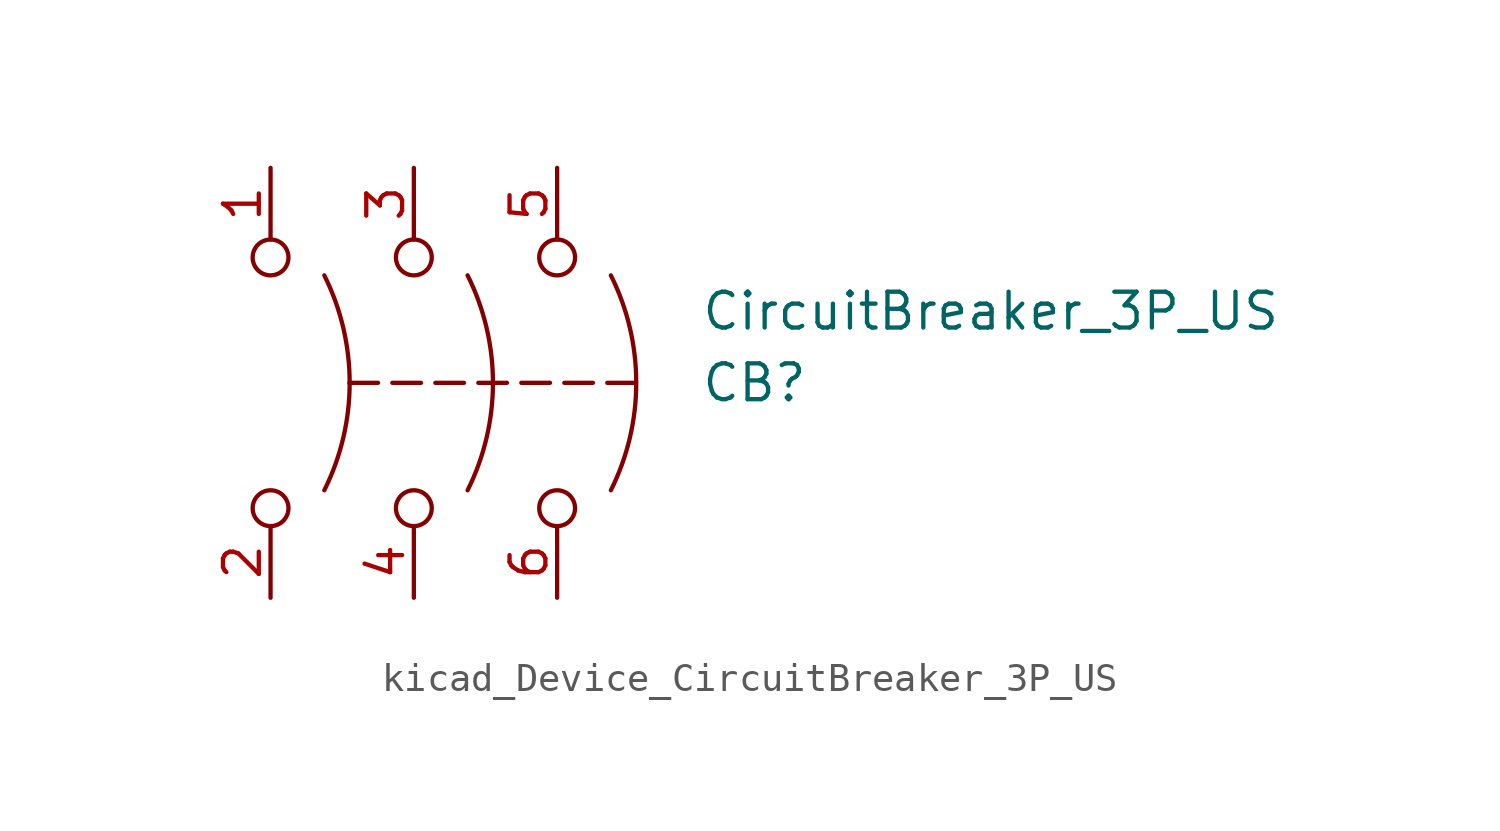
<source format=kicad_sym>
(kicad_symbol_lib
  (version 20220914)
  (generator kicad_symbol_editor)
  (symbol "kicad_Device_CircuitBreaker_3P_US"
    (property "Reference" "CB"
      (at 10.16 0 0)
      (effects (font (size 1.27 1.27)) (justify left)))
    (property "Value" "CircuitBreaker_3P_US"
      (at 10.16 2.54 0)
      (effects (font (size 1.27 1.27)) (justify left)))
    (symbol "kicad_Device_CircuitBreaker_3P_US_0_1"
      (circle (center 0 -4.445) (radius 0.635) (stroke (width 0) (type default)) (fill (type none)))
      (polyline (pts (xy -2.286 0) (xy -1.27 0)) (stroke (width 0) (type default)) (fill (type none)))
      (polyline (pts (xy -0.762 0) (xy 0.254 0)) (stroke (width 0) (type default)) (fill (type none)))
      (polyline (pts (xy 0.762 0) (xy 1.778 0)) (stroke (width 0) (type default)) (fill (type none)))
      (polyline (pts (xy 2.286 0) (xy 3.302 0)) (stroke (width 0) (type default)) (fill (type none)))
      (polyline (pts (xy 3.81 0) (xy 4.826 0)) (stroke (width 0) (type default)) (fill (type none)))
      (polyline (pts (xy 5.334 0) (xy 6.35 0)) (stroke (width 0) (type default)) (fill (type none)))
      (polyline (pts (xy 6.858 0) (xy 7.874 0)) (stroke (width 0) (type default)) (fill (type none)))
      (circle (center 0 4.445) (radius 0.635) (stroke (width 0) (type default)) (fill (type none)))
      (arc (start 1.905 -3.81) (mid 2.8044 0) (end 1.905 3.81) (stroke (width 0) (type default)) (fill (type none))))
    (symbol "kicad_Device_CircuitBreaker_3P_US_1_1"
      (circle (center -5.08 -4.445) (radius 0.635) (stroke (width 0) (type default)) (fill (type none)))
      (circle (center -5.08 4.445) (radius 0.635) (stroke (width 0) (type default)) (fill (type none)))
      (arc (start -3.175 -3.81) (mid -2.2756 0) (end -3.175 3.81) (stroke (width 0) (type default)) (fill (type none)))
      (circle (center 5.08 -4.445) (radius 0.635) (stroke (width 0) (type default)) (fill (type none)))
      (circle (center 5.08 4.445) (radius 0.635) (stroke (width 0) (type default)) (fill (type none)))
      (arc (start 6.985 -3.81) (mid 7.8844 0) (end 6.985 3.81) (stroke (width 0) (type default)) (fill (type none)))
      (pin passive line (at -5.08 7.62 270) (length 2.54) (name "~" (effects (font (size 1.27 1.27)))) (number "1" (effects (font (size 1.27 1.27)))))
      (pin passive line (at -5.08 -7.62 90) (length 2.54) (name "~" (effects (font (size 1.27 1.27)))) (number "2" (effects (font (size 1.27 1.27)))))
      (pin passive line (at 0 7.62 270) (length 2.54) (name "~" (effects (font (size 1.27 1.27)))) (number "3" (effects (font (size 1.27 1.27)))))
      (pin passive line (at 0 -7.62 90) (length 2.54) (name "~" (effects (font (size 1.27 1.27)))) (number "4" (effects (font (size 1.27 1.27)))))
      (pin passive line (at 5.08 7.62 270) (length 2.54) (name "~" (effects (font (size 1.27 1.27)))) (number "5" (effects (font (size 1.27 1.27)))))
      (pin passive line (at 5.08 -7.62 90) (length 2.54) (name "~" (effects (font (size 1.27 1.27)))) (number "6" (effects (font (size 1.27 1.27))))))))
</source>
